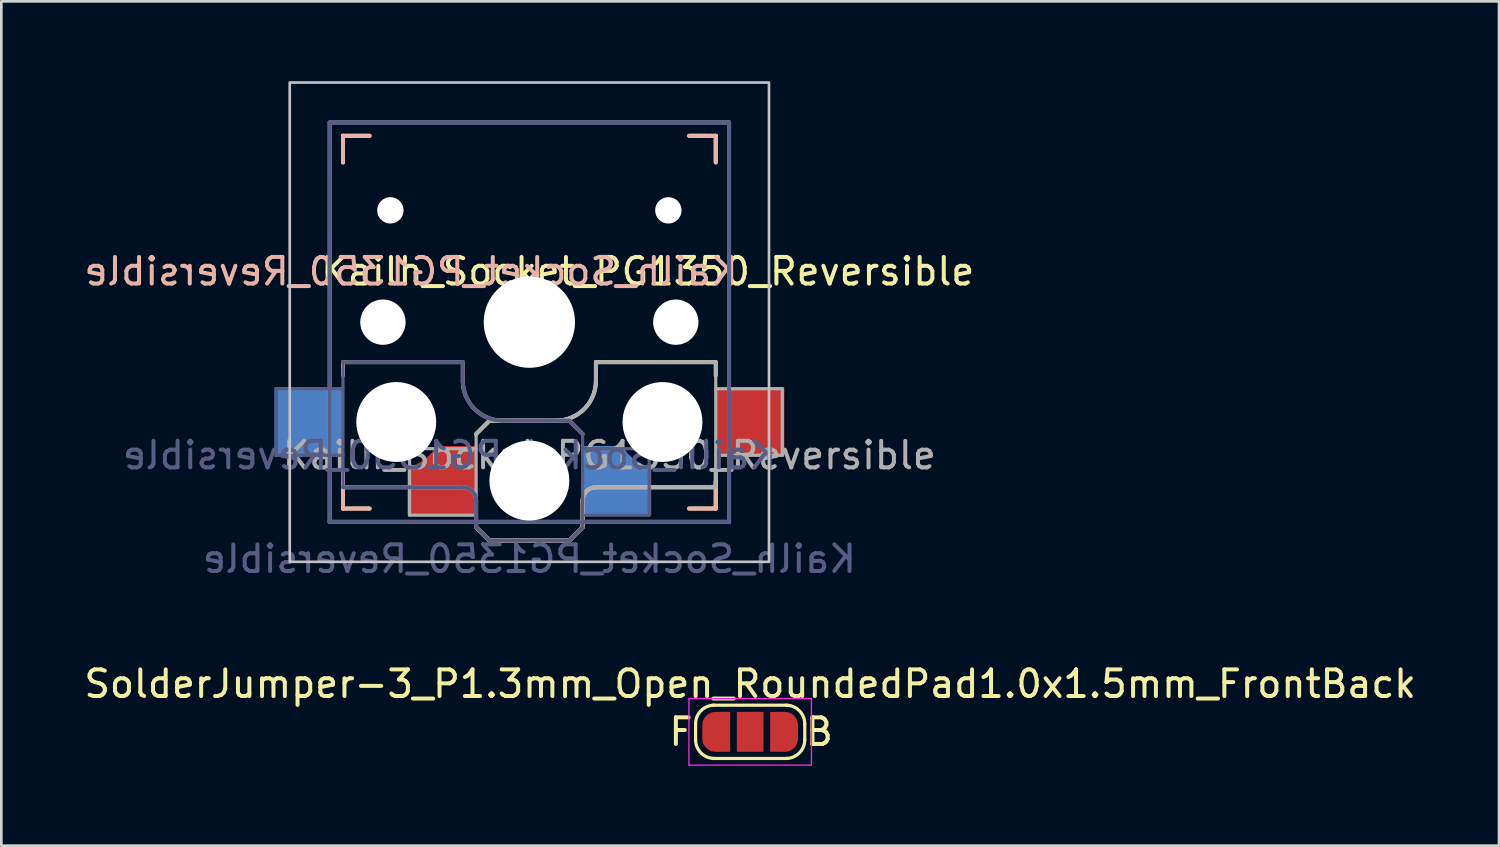
<source format=kicad_pcb>
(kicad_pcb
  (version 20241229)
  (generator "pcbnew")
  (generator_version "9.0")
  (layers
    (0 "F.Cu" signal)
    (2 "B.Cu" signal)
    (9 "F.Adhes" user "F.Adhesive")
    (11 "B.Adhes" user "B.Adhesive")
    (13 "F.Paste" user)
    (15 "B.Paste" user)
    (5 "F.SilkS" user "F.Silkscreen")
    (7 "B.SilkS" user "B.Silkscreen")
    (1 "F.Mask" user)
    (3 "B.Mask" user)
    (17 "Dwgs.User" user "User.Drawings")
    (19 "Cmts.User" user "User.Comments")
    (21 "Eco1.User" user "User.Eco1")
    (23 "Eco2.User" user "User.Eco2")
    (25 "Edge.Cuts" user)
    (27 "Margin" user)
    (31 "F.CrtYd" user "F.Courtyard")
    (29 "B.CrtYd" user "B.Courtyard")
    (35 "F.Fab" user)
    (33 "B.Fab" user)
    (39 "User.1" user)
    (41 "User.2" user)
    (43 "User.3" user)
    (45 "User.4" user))
  (footprint "SolderJumper-3_P1.3mm_Open_RoundedPad1.0x1.5mm_FrontBack"
    (layer "F.Cu")
    (at 25.125 24.436)
    (property "Reference" "SolderJumper-3_P1.3mm_Open_RoundedPad1.0x1.5mm_FrontBack" (at 0 -1.8 0) (layer "F.SilkS") (effects (font (size 1 1) (thickness 0.15))))
    (attr exclude_from_pos_files exclude_from_bom)
    (fp_line (start -2.05 0.3) (end -2.05 -0.3) (stroke (width 0.12) (type solid)) (layer "F.SilkS"))
    (fp_line (start -1.4 -1) (end 1.4 -1) (stroke (width 0.12) (type solid)) (layer "F.SilkS"))
    (fp_line (start 1.4 1) (end -1.4 1) (stroke (width 0.12) (type solid)) (layer "F.SilkS"))
    (fp_line (start 2.05 -0.3) (end 2.05 0.3) (stroke (width 0.12) (type solid)) (layer "F.SilkS"))
    (fp_arc (start -2.05 -0.3) (mid -1.844975 -0.794975) (end -1.35 -1) (stroke (width 0.12) (type solid)) (layer "F.SilkS"))
    (fp_arc (start -1.35 1) (mid -1.844975 0.794975) (end -2.05 0.3) (stroke (width 0.12) (type solid)) (layer "F.SilkS"))
    (fp_arc (start 1.35 -1) (mid 1.844975 -0.794975) (end 2.05 -0.3) (stroke (width 0.12) (type solid)) (layer "F.SilkS"))
    (fp_arc (start 2.05 0.3) (mid 1.844975 0.794975) (end 1.35 1) (stroke (width 0.12) (type solid)) (layer "F.SilkS"))
    (fp_line (start -2.3 -1.25) (end -2.3 1.25) (stroke (width 0.05) (type solid)) (layer "F.CrtYd"))
    (fp_line (start -2.3 -1.25) (end 2.3 -1.25) (stroke (width 0.05) (type solid)) (layer "F.CrtYd"))
    (fp_line (start 2.3 1.25) (end -2.3 1.25) (stroke (width 0.05) (type solid)) (layer "F.CrtYd"))
    (fp_line (start 2.3 1.25) (end 2.3 -1.25) (stroke (width 0.05) (type solid)) (layer "F.CrtYd"))
    (fp_text user "F" (at -2.6 0 0) (layer "F.SilkS") (effects (font (size 1 1) (thickness 0.15))))
    (fp_text user "B" (at 2.6 0 0) (layer "F.SilkS") (effects (font (size 1 1) (thickness 0.15))))
    (pad "1" smd custom (at -1.3 0) (size 1 0.5) (layers "F.Cu" "F.Mask") (options (anchor rect)) (primitives (gr_circle (center 0 0.25) (end 0.5 0.25) (width 0) (fill yes)) (gr_circle (center 0 -0.25) (end 0.5 -0.25) (width 0) (fill yes)) (gr_poly (pts (xy 0.55 0.75) (xy 0 0.75) (xy 0 -0.75) (xy 0.55 -0.75)) (width 0) (fill yes))))
    (pad "2" smd rect (at 0 0) (size 1 1.5) (layers "F.Cu" "F.Mask"))
    (pad "3" smd custom (at 1.3 0) (size 1 0.5) (layers "F.Cu" "F.Mask") (options (anchor rect)) (primitives (gr_circle (center 0 0.25) (end 0.5 0.25) (width 0) (fill yes)) (gr_circle (center 0 -0.25) (end 0.5 -0.25) (width 0) (fill yes)) (gr_poly (pts (xy 0 0.75) (xy -0.55 0.75) (xy -0.55 -0.75) (xy 0 -0.75)) (width 0) (fill yes)))))
  (footprint "Kailh_Socket_PG1350_Reversible"
    (layer "F.Cu")
    (at 16.832 9.05)
    (property "Reference" "Kailh_Socket_PG1350_Reversible" (at 4.445 -1.905 0) (layer "F.SilkS") (effects (font (size 1 1) (thickness 0.15))))
    (property "Value" "Kailh_Socket_PG1350_Reversible" (at 0 10.5 0) (layer "F.Fab") (hide yes) (effects (font (size 1 1) (thickness 0.15))))
    (attr smd)
    (fp_line (start -7 -7) (end -6 -7) (stroke (width 0.15) (type solid)) (layer "F.SilkS"))
    (fp_line (start -7 -6) (end -7 -7) (stroke (width 0.15) (type solid)) (layer "F.SilkS"))
    (fp_line (start -7 7) (end -7 6) (stroke (width 0.15) (type solid)) (layer "F.SilkS"))
    (fp_line (start -6 7) (end -7 7) (stroke (width 0.15) (type solid)) (layer "F.SilkS"))
    (fp_line (start -2 4.2) (end -1.5 3.7) (stroke (width 0.15) (type solid)) (layer "F.SilkS"))
    (fp_line (start -2 7.7) (end -1.5 8.2) (stroke (width 0.15) (type solid)) (layer "F.SilkS"))
    (fp_line (start -1.5 3.7) (end 1 3.7) (stroke (width 0.15) (type solid)) (layer "F.SilkS"))
    (fp_line (start -1.5 8.2) (end 1.5 8.2) (stroke (width 0.15) (type solid)) (layer "F.SilkS"))
    (fp_line (start 1.5 8.2) (end 2 7.7) (stroke (width 0.15) (type solid)) (layer "F.SilkS"))
    (fp_line (start 2 6.7) (end 2 7.7) (stroke (width 0.15) (type solid)) (layer "F.SilkS"))
    (fp_line (start 2.5 1.5) (end 7 1.5) (stroke (width 0.15) (type solid)) (layer "F.SilkS"))
    (fp_line (start 2.5 2.2) (end 2.5 1.5) (stroke (width 0.15) (type solid)) (layer "F.SilkS"))
    (fp_line (start 6 -7) (end 7 -7) (stroke (width 0.15) (type solid)) (layer "F.SilkS"))
    (fp_line (start 7 -7) (end 7 -6) (stroke (width 0.15) (type solid)) (layer "F.SilkS"))
    (fp_line (start 7 1.5) (end 7 2) (stroke (width 0.15) (type solid)) (layer "F.SilkS"))
    (fp_line (start 7 5.6) (end 7 6.2) (stroke (width 0.15) (type solid)) (layer "F.SilkS"))
    (fp_line (start 7 6) (end 7 7) (stroke (width 0.15) (type solid)) (layer "F.SilkS"))
    (fp_line (start 7 6.2) (end 2.5 6.2) (stroke (width 0.15) (type solid)) (layer "F.SilkS"))
    (fp_line (start 7 7) (end 6 7) (stroke (width 0.15) (type solid)) (layer "F.SilkS"))
    (fp_arc (start 2 6.7) (mid 2.146447 6.346447) (end 2.5 6.2) (stroke (width 0.15) (type solid)) (layer "F.SilkS"))
    (fp_arc (start 2.5 2.2) (mid 2.06066 3.26066) (end 1 3.7) (stroke (width 0.15) (type solid)) (layer "F.SilkS"))
    (fp_line (start -7 -7) (end -6 -7) (stroke (width 0.15) (type solid)) (layer "B.SilkS"))
    (fp_line (start -7 -6) (end -7 -7) (stroke (width 0.15) (type solid)) (layer "B.SilkS"))
    (fp_line (start -7 1.5) (end -7 2) (stroke (width 0.15) (type solid)) (layer "B.SilkS"))
    (fp_line (start -7 5.6) (end -7 6.2) (stroke (width 0.15) (type solid)) (layer "B.SilkS"))
    (fp_line (start -7 6.2) (end -2.5 6.2) (stroke (width 0.15) (type solid)) (layer "B.SilkS"))
    (fp_line (start -7 7) (end -7 6) (stroke (width 0.15) (type solid)) (layer "B.SilkS"))
    (fp_line (start -6 7) (end -7 7) (stroke (width 0.15) (type solid)) (layer "B.SilkS"))
    (fp_line (start -2.5 1.5) (end -7 1.5) (stroke (width 0.15) (type solid)) (layer "B.SilkS"))
    (fp_line (start -2.5 2.2) (end -2.5 1.5) (stroke (width 0.15) (type solid)) (layer "B.SilkS"))
    (fp_line (start -2 6.7) (end -2 7.7) (stroke (width 0.15) (type solid)) (layer "B.SilkS"))
    (fp_line (start -1.5 8.2) (end -2 7.7) (stroke (width 0.15) (type solid)) (layer "B.SilkS"))
    (fp_line (start 1.5 3.7) (end -1 3.7) (stroke (width 0.15) (type solid)) (layer "B.SilkS"))
    (fp_line (start 1.5 8.2) (end -1.5 8.2) (stroke (width 0.15) (type solid)) (layer "B.SilkS"))
    (fp_line (start 2 4.2) (end 1.5 3.7) (stroke (width 0.15) (type solid)) (layer "B.SilkS"))
    (fp_line (start 2 7.7) (end 1.5 8.2) (stroke (width 0.15) (type solid)) (layer "B.SilkS"))
    (fp_line (start 6 -7) (end 7 -7) (stroke (width 0.15) (type solid)) (layer "B.SilkS"))
    (fp_line (start 7 -7) (end 7 -6) (stroke (width 0.15) (type solid)) (layer "B.SilkS"))
    (fp_line (start 7 6) (end 7 7) (stroke (width 0.15) (type solid)) (layer "B.SilkS"))
    (fp_line (start 7 7) (end 6 7) (stroke (width 0.15) (type solid)) (layer "B.SilkS"))
    (fp_arc (start -2.5 6.2) (mid -2.146447 6.346447) (end -2 6.7) (stroke (width 0.15) (type solid)) (layer "B.SilkS"))
    (fp_arc (start -1 3.7) (mid -2.06066 3.26066) (end -2.5 2.2) (stroke (width 0.15) (type solid)) (layer "B.SilkS"))
    (fp_rect (start -9 -9) (end 9 9) (stroke (width 0.1) (type default)) (fill no) (layer "Dwgs.User"))
    (fp_line (start -6.9 6.9) (end -6.9 -6.9) (stroke (width 0.15) (type solid)) (layer "Eco2.User"))
    (fp_line (start -6.9 6.9) (end 6.9 6.9) (stroke (width 0.15) (type solid)) (layer "Eco2.User"))
    (fp_line (start -2.6 -3.1) (end -2.6 -6.3) (stroke (width 0.15) (type solid)) (layer "Eco2.User"))
    (fp_line (start -2.6 -3.1) (end 2.6 -3.1) (stroke (width 0.15) (type solid)) (layer "Eco2.User"))
    (fp_line (start 2.6 -6.3) (end -2.6 -6.3) (stroke (width 0.15) (type solid)) (layer "Eco2.User"))
    (fp_line (start 2.6 -3.1) (end 2.6 -6.3) (stroke (width 0.15) (type solid)) (layer "Eco2.User"))
    (fp_line (start 6.9 -6.9) (end -6.9 -6.9) (stroke (width 0.15) (type solid)) (layer "Eco2.User"))
    (fp_line (start 6.9 -6.9) (end 6.9 6.9) (stroke (width 0.15) (type solid)) (layer "Eco2.User"))
    (fp_line (start -9.5 2.5) (end -7 2.5) (stroke (width 0.12) (type solid)) (layer "B.Fab"))
    (fp_line (start -9.5 5) (end -9.5 2.5) (stroke (width 0.12) (type solid)) (layer "B.Fab"))
    (fp_line (start -7.5 -7.5) (end 7.5 -7.5) (stroke (width 0.15) (type solid)) (layer "B.Fab"))
    (fp_line (start -7.5 7.5) (end -7.5 -7.5) (stroke (width 0.15) (type solid)) (layer "B.Fab"))
    (fp_line (start -7 1.5) (end -7 6.2) (stroke (width 0.12) (type solid)) (layer "B.Fab"))
    (fp_line (start -7 5) (end -9.5 5) (stroke (width 0.12) (type solid)) (layer "B.Fab"))
    (fp_line (start -7 6.2) (end -2.5 6.2) (stroke (width 0.15) (type solid)) (layer "B.Fab"))
    (fp_line (start -2.5 1.5) (end -7 1.5) (stroke (width 0.15) (type solid)) (layer "B.Fab"))
    (fp_line (start -2.5 2.2) (end -2.5 1.5) (stroke (width 0.15) (type solid)) (layer "B.Fab"))
    (fp_line (start -2 6.7) (end -2 7.7) (stroke (width 0.15) (type solid)) (layer "B.Fab"))
    (fp_line (start -1.5 8.2) (end -2 7.7) (stroke (width 0.15) (type solid)) (layer "B.Fab"))
    (fp_line (start 1.5 3.7) (end -1 3.7) (stroke (width 0.15) (type solid)) (layer "B.Fab"))
    (fp_line (start 1.5 8.2) (end -1.5 8.2) (stroke (width 0.15) (type solid)) (layer "B.Fab"))
    (fp_line (start 2 4.2) (end 1.5 3.7) (stroke (width 0.15) (type solid)) (layer "B.Fab"))
    (fp_line (start 2 4.25) (end 2 7.7) (stroke (width 0.12) (type solid)) (layer "B.Fab"))
    (fp_line (start 2 4.75) (end 4.5 4.75) (stroke (width 0.12) (type solid)) (layer "B.Fab"))
    (fp_line (start 2 7.7) (end 1.5 8.2) (stroke (width 0.15) (type solid)) (layer "B.Fab"))
    (fp_line (start 4.5 4.75) (end 4.5 7.25) (stroke (width 0.12) (type solid)) (layer "B.Fab"))
    (fp_line (start 4.5 7.25) (end 2 7.25) (stroke (width 0.12) (type solid)) (layer "B.Fab"))
    (fp_line (start 7.5 -7.5) (end 7.5 7.5) (stroke (width 0.15) (type solid)) (layer "B.Fab"))
    (fp_line (start 7.5 7.5) (end -7.5 7.5) (stroke (width 0.15) (type solid)) (layer "B.Fab"))
    (fp_arc (start -2.5 6.2) (mid -2.146447 6.346447) (end -2 6.7) (stroke (width 0.15) (type solid)) (layer "B.Fab"))
    (fp_arc (start -1 3.7) (mid -2.06066 3.26066) (end -2.5 2.2) (stroke (width 0.15) (type solid)) (layer "B.Fab"))
    (fp_line (start -7.5 -7.5) (end 7.5 -7.5) (stroke (width 0.15) (type solid)) (layer "F.Fab"))
    (fp_line (start -7.5 7.5) (end -7.5 -7.5) (stroke (width 0.15) (type solid)) (layer "F.Fab"))
    (fp_line (start -4.5 4.75) (end -4.5 7.25) (stroke (width 0.12) (type solid)) (layer "F.Fab"))
    (fp_line (start -4.5 7.25) (end -2 7.25) (stroke (width 0.12) (type solid)) (layer "F.Fab"))
    (fp_line (start -2 4.2) (end -1.5 3.7) (stroke (width 0.15) (type solid)) (layer "F.Fab"))
    (fp_line (start -2 4.25) (end -2 7.7) (stroke (width 0.12) (type solid)) (layer "F.Fab"))
    (fp_line (start -2 4.75) (end -4.5 4.75) (stroke (width 0.12) (type solid)) (layer "F.Fab"))
    (fp_line (start -2 7.7) (end -1.5 8.2) (stroke (width 0.15) (type solid)) (layer "F.Fab"))
    (fp_line (start -1.5 3.7) (end 1 3.7) (stroke (width 0.15) (type solid)) (layer "F.Fab"))
    (fp_line (start -1.5 8.2) (end 1.5 8.2) (stroke (width 0.15) (type solid)) (layer "F.Fab"))
    (fp_line (start 1.5 8.2) (end 2 7.7) (stroke (width 0.15) (type solid)) (layer "F.Fab"))
    (fp_line (start 2 6.7) (end 2 7.7) (stroke (width 0.15) (type solid)) (layer "F.Fab"))
    (fp_line (start 2.5 1.5) (end 7 1.5) (stroke (width 0.15) (type solid)) (layer "F.Fab"))
    (fp_line (start 2.5 2.2) (end 2.5 1.5) (stroke (width 0.15) (type solid)) (layer "F.Fab"))
    (fp_line (start 7 1.5) (end 7 6.2) (stroke (width 0.12) (type solid)) (layer "F.Fab"))
    (fp_line (start 7 5) (end 9.5 5) (stroke (width 0.12) (type solid)) (layer "F.Fab"))
    (fp_line (start 7 6.2) (end 2.5 6.2) (stroke (width 0.15) (type solid)) (layer "F.Fab"))
    (fp_line (start 7.5 -7.5) (end 7.5 7.5) (stroke (width 0.15) (type solid)) (layer "F.Fab"))
    (fp_line (start 7.5 7.5) (end -7.5 7.5) (stroke (width 0.15) (type solid)) (layer "F.Fab"))
    (fp_line (start 9.5 2.5) (end 7 2.5) (stroke (width 0.12) (type solid)) (layer "F.Fab"))
    (fp_line (start 9.5 5) (end 9.5 2.5) (stroke (width 0.12) (type solid)) (layer "F.Fab"))
    (fp_arc (start 2 6.7) (mid 2.146447 6.346447) (end 2.5 6.2) (stroke (width 0.15) (type solid)) (layer "F.Fab"))
    (fp_arc (start 2.5 2.2) (mid 2.06066 3.26066) (end 1 3.7) (stroke (width 0.15) (type solid)) (layer "F.Fab"))
    (fp_text user "${REFERENCE}" (at -4.445 -1.905 0) (layer "B.SilkS") (effects (font (size 1 1) (thickness 0.15)) (justify mirror)))
    (fp_text user "${REFERENCE}" (at -3 5 0) (layer "B.Fab") (effects (font (size 1 1) (thickness 0.15)) (justify mirror)))
    (fp_text user "${VALUE}" (at 0 8.89 0) (layer "B.Fab") (effects (font (size 1 1) (thickness 0.15)) (justify mirror)))
    (fp_text user "${REFERENCE}" (at 3 5 180) (layer "F.Fab") (effects (font (size 1 1) (thickness 0.15))))
    (pad "" np_thru_hole circle (at -5.5 0) (size 1.702 1.702) (drill 1.702) (layers "*.Cu" "*.Mask"))
    (pad "" np_thru_hole circle (at -5.22 -4.2) (size 0.991 0.991) (drill 0.991) (layers "*.Cu" "*.Mask"))
    (pad "" np_thru_hole circle (at -5 3.75) (size 3 3) (drill 3) (layers "*.Cu" "*.Mask"))
    (pad "" np_thru_hole circle (at 0 0) (size 3.429 3.429) (drill 3.429) (layers "*.Cu" "*.Mask"))
    (pad "" np_thru_hole circle (at 0 5.95) (size 3 3) (drill 3) (layers "*.Cu" "*.Mask"))
    (pad "" np_thru_hole circle (at 5 3.75) (size 3 3) (drill 3) (layers "*.Cu" "*.Mask"))
    (pad "" np_thru_hole circle (at 5.22 -4.2) (size 0.991 0.991) (drill 0.991) (layers "*.Cu" "*.Mask"))
    (pad "" np_thru_hole circle (at 5.5 0) (size 1.702 1.702) (drill 1.702) (layers "*.Cu" "*.Mask"))
    (pad "1" smd rect (at -8.275 3.75) (size 2.6 2.6) (layers "B.Cu" "B.Mask" "B.Paste"))
    (pad "1" smd custom (at -3.275 5.95) (size 1 1) (layers "F.Cu" "F.Mask" "F.Paste") (options (anchor rect)) (primitives (gr_poly (pts (xy -1.3 1.3) (xy 1.3 1.3) (xy 1.3 -1.3) (xy -0.215 -1.3) (xy -0.415 -1.02) (xy -0.665 -0.79) (xy -0.958 -0.615) (xy -1.3 -0.49)) (width 0) (fill yes))))
    (pad "2" smd custom (at 3.275 5.95) (size 1 1) (layers "B.Cu" "B.Mask" "B.Paste") (options (anchor rect)) (primitives (gr_poly (pts (xy 1.3 1.3) (xy -1.3 1.3) (xy -1.3 -1.3) (xy 0.215 -1.3) (xy 0.415 -1.02) (xy 0.665 -0.79) (xy 0.958 -0.615) (xy 1.3 -0.49)) (width 0) (fill yes))))
    (pad "2" smd rect (at 8.275 3.75) (size 2.6 2.6) (layers "F.Cu" "F.Mask" "F.Paste")))
  (gr_rect
    (start -3 -3)
    (end 53.25 28.712)
    (stroke (width 0.1) (type default))
    (fill no)
    (layer "Edge.Cuts")))
</source>
